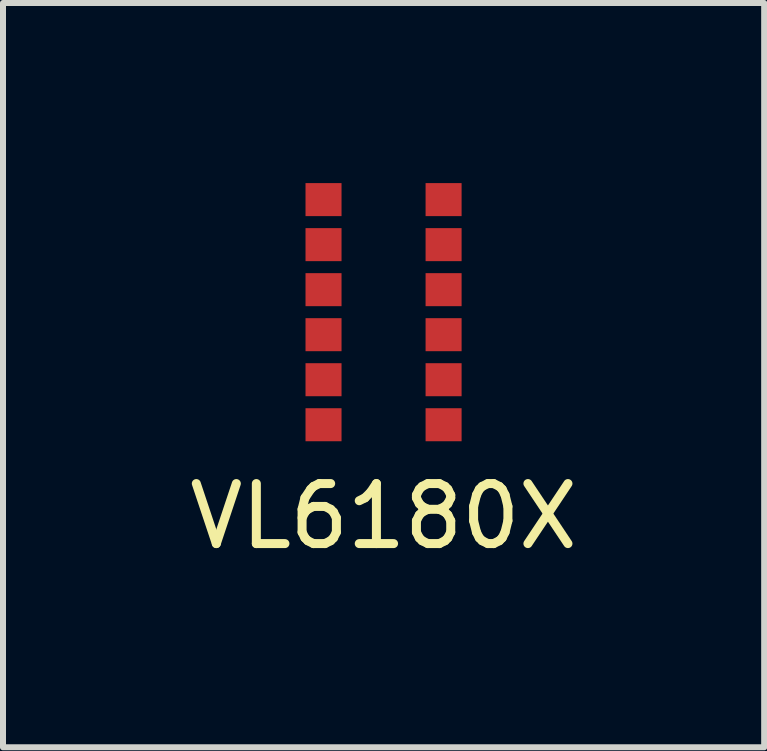
<source format=kicad_pcb>
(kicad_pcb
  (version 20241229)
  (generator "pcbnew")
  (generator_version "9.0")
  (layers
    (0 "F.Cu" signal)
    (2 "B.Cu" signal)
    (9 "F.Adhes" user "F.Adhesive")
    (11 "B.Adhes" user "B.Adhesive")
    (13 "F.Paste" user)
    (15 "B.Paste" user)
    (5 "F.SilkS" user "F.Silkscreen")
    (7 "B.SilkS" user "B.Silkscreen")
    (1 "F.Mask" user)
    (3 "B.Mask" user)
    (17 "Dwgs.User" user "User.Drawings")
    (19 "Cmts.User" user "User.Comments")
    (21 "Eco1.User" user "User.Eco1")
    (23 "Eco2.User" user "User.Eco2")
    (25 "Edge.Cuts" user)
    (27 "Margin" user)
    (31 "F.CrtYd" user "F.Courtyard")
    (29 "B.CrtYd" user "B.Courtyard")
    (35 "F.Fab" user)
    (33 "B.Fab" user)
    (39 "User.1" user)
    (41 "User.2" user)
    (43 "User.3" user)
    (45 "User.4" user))
  (footprint "VL6180X"
    (layer "F.Cu")
    (at 3.339 2.15)
    (property "Reference" "VL6180X" (at 0 3.4 0) (layer "F.SilkS") (effects (font (size 1 1) (thickness 0.15))))
    (attr through_hole)
    (pad "1" smd rect (at -1 -1.875) (size 0.6 0.55) (layers "F.Cu" "F.Mask" "F.Paste"))
    (pad "2" smd rect (at -1 -1.125) (size 0.6 0.55) (layers "F.Cu" "F.Mask" "F.Paste"))
    (pad "3" smd rect (at -1 -0.375) (size 0.6 0.55) (layers "F.Cu" "F.Mask" "F.Paste"))
    (pad "4" smd rect (at -1 0.375) (size 0.6 0.55) (layers "F.Cu" "F.Mask" "F.Paste"))
    (pad "5" smd rect (at -1 1.125) (size 0.6 0.55) (layers "F.Cu" "F.Mask" "F.Paste"))
    (pad "6" smd rect (at -1 1.875) (size 0.6 0.55) (layers "F.Cu" "F.Mask" "F.Paste"))
    (pad "7" smd rect (at 1 1.875) (size 0.6 0.55) (layers "F.Cu" "F.Mask" "F.Paste"))
    (pad "8" smd rect (at 1 1.125) (size 0.6 0.55) (layers "F.Cu" "F.Mask" "F.Paste"))
    (pad "9" smd rect (at 1 0.375) (size 0.6 0.55) (layers "F.Cu" "F.Mask" "F.Paste"))
    (pad "10" smd rect (at 1 -0.375) (size 0.6 0.55) (layers "F.Cu" "F.Mask" "F.Paste"))
    (pad "11" smd rect (at 1 -1.125) (size 0.6 0.55) (layers "F.Cu" "F.Mask" "F.Paste"))
    (pad "12" smd rect (at 1 -1.875) (size 0.6 0.55) (layers "F.Cu" "F.Mask" "F.Paste")))
  (gr_rect
    (start -3 -3)
    (end 9.679 9.398)
    (stroke (width 0.1) (type default))
    (fill no)
    (layer "Edge.Cuts")))
</source>
